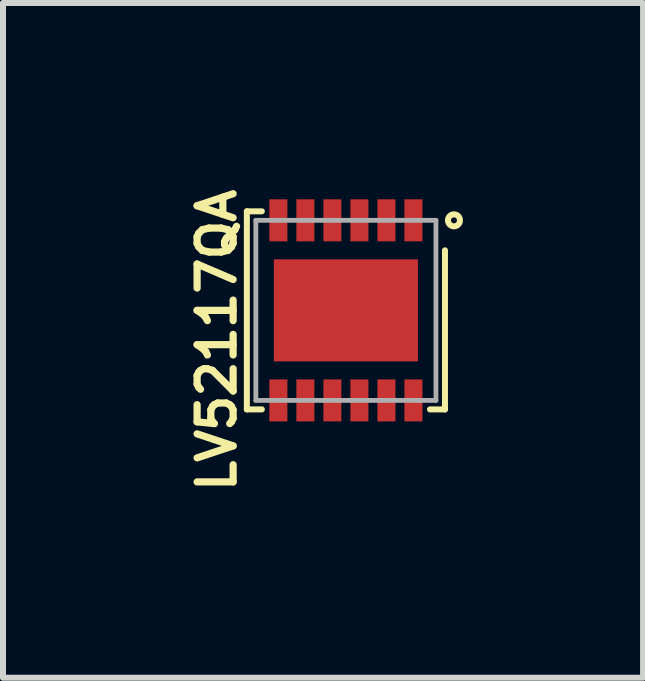
<source format=kicad_pcb>
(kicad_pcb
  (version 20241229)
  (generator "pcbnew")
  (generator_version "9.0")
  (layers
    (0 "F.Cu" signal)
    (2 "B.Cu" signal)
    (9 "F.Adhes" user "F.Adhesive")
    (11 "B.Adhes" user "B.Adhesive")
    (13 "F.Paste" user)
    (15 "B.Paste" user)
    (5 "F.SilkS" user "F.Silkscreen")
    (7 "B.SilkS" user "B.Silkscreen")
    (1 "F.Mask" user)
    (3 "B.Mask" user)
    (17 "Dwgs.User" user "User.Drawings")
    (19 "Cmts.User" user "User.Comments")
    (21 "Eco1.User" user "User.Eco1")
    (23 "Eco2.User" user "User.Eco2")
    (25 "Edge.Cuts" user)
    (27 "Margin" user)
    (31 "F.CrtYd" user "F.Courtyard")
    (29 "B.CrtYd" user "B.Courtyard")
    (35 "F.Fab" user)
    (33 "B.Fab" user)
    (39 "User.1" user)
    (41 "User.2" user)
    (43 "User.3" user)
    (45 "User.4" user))
  (footprint "LV52117QA"
    (layer "F.Cu")
    (at 2.712 2.12)
    (property "Reference" "LV52117QA" (at -2.15 0.5 90) (layer "F.SilkS") (effects (font (size 0.6 0.6) (thickness 0.12))))
    (attr smd)
    (fp_line (start -1.65 -1.65) (end -1.4 -1.65) (stroke (width 0.1) (type solid)) (layer "F.SilkS"))
    (fp_line (start -1.65 1.65) (end -1.65 -1.65) (stroke (width 0.1) (type solid)) (layer "F.SilkS"))
    (fp_line (start -1.4 1.65) (end -1.65 1.65) (stroke (width 0.1) (type solid)) (layer "F.SilkS"))
    (fp_line (start 1.65 -1) (end 1.65 1.65) (stroke (width 0.1) (type solid)) (layer "F.SilkS"))
    (fp_line (start 1.65 1.65) (end 1.4 1.65) (stroke (width 0.1) (type solid)) (layer "F.SilkS"))
    (fp_circle (center 1.8 -1.5) (end 1.9 -1.5) (stroke (width 0.1) (type solid)) (fill no) (layer "F.SilkS"))
    (fp_line (start -1.5 -1.5) (end 1.5 -1.5) (stroke (width 0.08) (type solid)) (layer "F.Fab"))
    (fp_line (start -1.5 1.5) (end -1.5 -1.5) (stroke (width 0.08) (type solid)) (layer "F.Fab"))
    (fp_line (start 1.5 -1.5) (end 1.5 1.5) (stroke (width 0.08) (type solid)) (layer "F.Fab"))
    (fp_line (start 1.5 1.5) (end -1.5 1.5) (stroke (width 0.08) (type solid)) (layer "F.Fab"))
    (pad "0" smd rect (at 0 0) (size 2.4 1.7) (layers "F.Cu" "F.Mask" "F.Paste"))
    (pad "1" smd rect (at 1.125 -1.5) (size 0.3 0.7) (layers "F.Cu" "F.Mask" "F.Paste"))
    (pad "2" smd rect (at 0.675 -1.5) (size 0.3 0.7) (layers "F.Cu" "F.Mask" "F.Paste"))
    (pad "3" smd rect (at 0.225 -1.5) (size 0.3 0.7) (layers "F.Cu" "F.Mask" "F.Paste"))
    (pad "4" smd rect (at -0.225 -1.5) (size 0.3 0.7) (layers "F.Cu" "F.Mask" "F.Paste"))
    (pad "5" smd rect (at -0.675 -1.5) (size 0.3 0.7) (layers "F.Cu" "F.Mask" "F.Paste"))
    (pad "6" smd rect (at -1.125 -1.5) (size 0.3 0.7) (layers "F.Cu" "F.Mask" "F.Paste"))
    (pad "7" smd rect (at -1.125 1.5) (size 0.3 0.7) (layers "F.Cu" "F.Mask" "F.Paste"))
    (pad "8" smd rect (at -0.675 1.5) (size 0.3 0.7) (layers "F.Cu" "F.Mask" "F.Paste"))
    (pad "9" smd rect (at -0.225 1.5) (size 0.3 0.7) (layers "F.Cu" "F.Mask" "F.Paste"))
    (pad "10" smd rect (at 0.225 1.5) (size 0.3 0.7) (layers "F.Cu" "F.Mask" "F.Paste"))
    (pad "11" smd rect (at 0.675 1.5) (size 0.3 0.7) (layers "F.Cu" "F.Mask" "F.Paste"))
    (pad "12" smd rect (at 1.125 1.5) (size 0.3 0.7) (layers "F.Cu" "F.Mask" "F.Paste")))
  (gr_rect
    (start -3 -3)
    (end 7.662 8.24)
    (stroke (width 0.1) (type default))
    (fill no)
    (layer "Edge.Cuts")))
</source>
